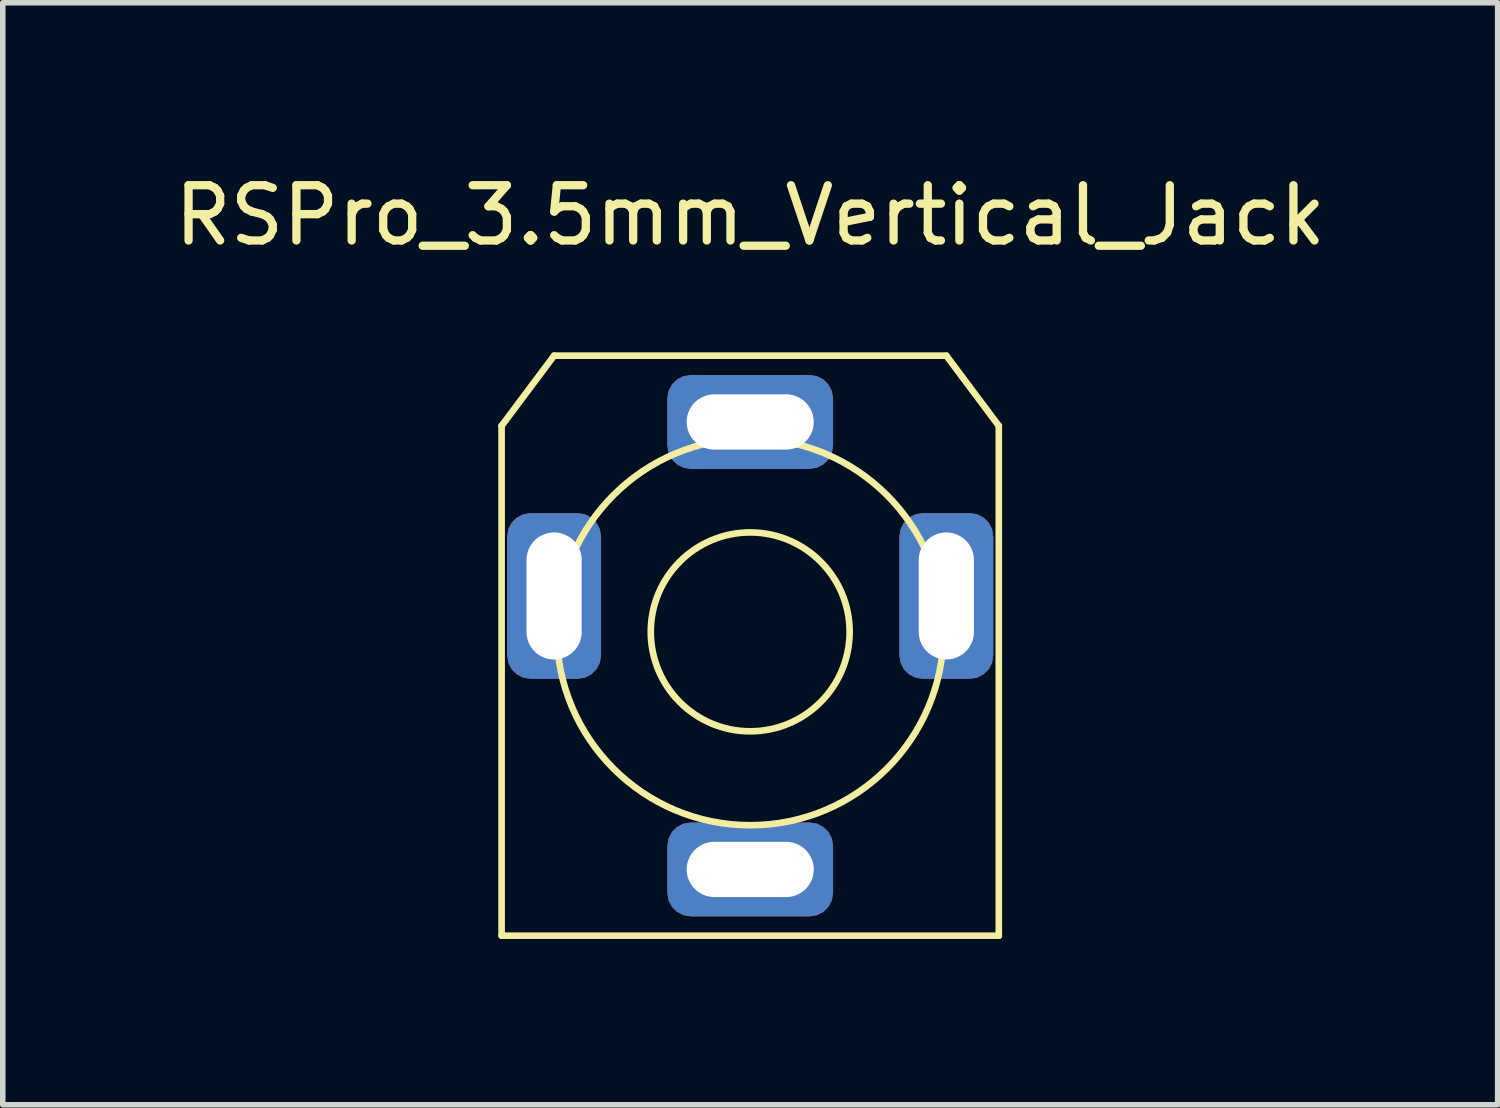
<source format=kicad_pcb>
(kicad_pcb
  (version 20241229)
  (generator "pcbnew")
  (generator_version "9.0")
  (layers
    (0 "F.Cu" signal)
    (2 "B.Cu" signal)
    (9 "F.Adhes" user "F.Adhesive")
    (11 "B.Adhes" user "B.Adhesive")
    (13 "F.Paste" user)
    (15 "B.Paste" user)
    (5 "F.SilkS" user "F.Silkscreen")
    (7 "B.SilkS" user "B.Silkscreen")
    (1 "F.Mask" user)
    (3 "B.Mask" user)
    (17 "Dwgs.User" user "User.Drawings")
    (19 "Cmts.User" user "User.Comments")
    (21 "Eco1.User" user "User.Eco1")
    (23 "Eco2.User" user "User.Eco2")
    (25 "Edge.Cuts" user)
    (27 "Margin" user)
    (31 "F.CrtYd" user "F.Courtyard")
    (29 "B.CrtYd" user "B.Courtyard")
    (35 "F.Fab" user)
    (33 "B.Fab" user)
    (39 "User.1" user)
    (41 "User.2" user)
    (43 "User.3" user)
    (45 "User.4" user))
  (footprint "RSPro_3.5mm_Vertical_Jack"
    (layer "F.Cu")
    (at 10.53 8.468)
    (property "Reference" "RSPro_3.5mm_Vertical_Jack" (at 0 -7.62 0) (layer "F.SilkS") (effects (font (size 1 1) (thickness 0.15))))
    (attr through_hole)
    (fp_line (start -4.5 -3.81) (end -3.55 -5.08) (stroke (width 0.12) (type solid)) (layer "F.SilkS"))
    (fp_line (start -4.5 5.42) (end -4.5 -3.81) (stroke (width 0.12) (type solid)) (layer "F.SilkS"))
    (fp_line (start -3.55 -5.08) (end 3.55 -5.08) (stroke (width 0.12) (type solid)) (layer "F.SilkS"))
    (fp_line (start 4.5 -3.81) (end 3.55 -5.08) (stroke (width 0.12) (type solid)) (layer "F.SilkS"))
    (fp_line (start 4.5 5.42) (end -4.5 5.42) (stroke (width 0.12) (type solid)) (layer "F.SilkS"))
    (fp_line (start 4.5 5.42) (end 4.5 -3.81) (stroke (width 0.12) (type solid)) (layer "F.SilkS"))
    (fp_circle (center 0 -0.08) (end 1.8 -0.08) (stroke (width 0.12) (type solid)) (fill no) (layer "F.SilkS"))
    (fp_circle (center 0 -0.08) (end 3.5 -0.08) (stroke (width 0.12) (type solid)) (fill no) (layer "F.SilkS"))
    (pad "1" thru_hole roundrect (at -3.55 -0.73 90) (size 3 1.7) (drill oval 2.3 1) (layers "*.Cu" "*.Mask") (roundrect_rratio 0.25))
    (pad "2" thru_hole roundrect (at 0 -3.88) (size 3 1.7) (drill oval 2.3 1) (layers "*.Cu" "*.Mask") (roundrect_rratio 0.25))
    (pad "4" thru_hole roundrect (at 3.55 -0.73 90) (size 3 1.7) (drill oval 2.3 1) (layers "*.Cu" "*.Mask") (roundrect_rratio 0.25))
    (pad "5" thru_hole roundrect (at 0 4.22) (size 3 1.7) (drill oval 2.3 1) (layers "*.Cu" "*.Mask") (roundrect_rratio 0.25)))
  (gr_rect
    (start -3 -3)
    (end 24.06 16.948)
    (stroke (width 0.1) (type default))
    (fill no)
    (layer "Edge.Cuts")))
</source>
